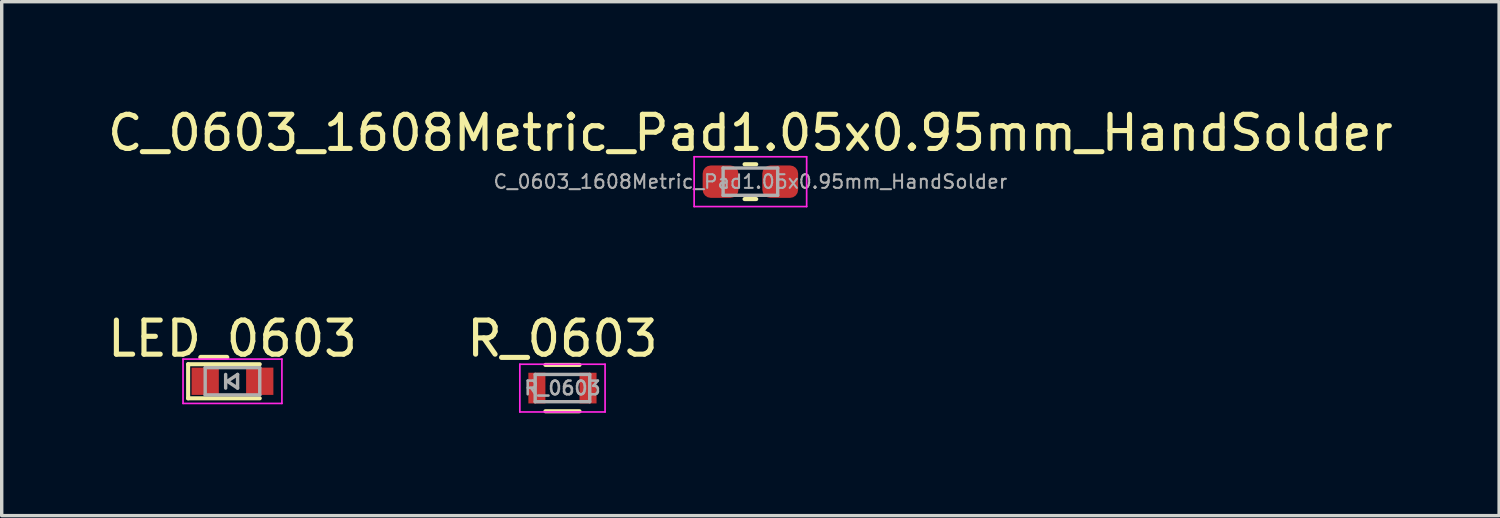
<source format=kicad_pcb>
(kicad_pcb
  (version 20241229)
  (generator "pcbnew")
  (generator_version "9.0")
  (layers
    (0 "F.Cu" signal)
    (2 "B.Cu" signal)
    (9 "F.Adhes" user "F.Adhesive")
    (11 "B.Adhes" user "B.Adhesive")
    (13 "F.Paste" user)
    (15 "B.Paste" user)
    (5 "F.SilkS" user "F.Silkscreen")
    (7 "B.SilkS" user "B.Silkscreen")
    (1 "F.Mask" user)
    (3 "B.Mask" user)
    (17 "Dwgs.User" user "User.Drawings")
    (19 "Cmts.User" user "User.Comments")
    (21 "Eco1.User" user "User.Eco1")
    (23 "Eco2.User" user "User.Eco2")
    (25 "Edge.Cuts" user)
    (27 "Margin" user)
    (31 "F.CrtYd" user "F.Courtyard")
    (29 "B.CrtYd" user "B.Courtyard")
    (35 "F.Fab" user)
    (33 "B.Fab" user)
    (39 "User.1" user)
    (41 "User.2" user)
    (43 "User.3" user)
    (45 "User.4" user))
  (footprint "LED_0603"
    (layer "F.Cu")
    (at 3.768 8.132)
    (property "Reference" "LED_0603" (at 0 -1.25 0) (layer "F.SilkS") (effects (font (size 1 1) (thickness 0.15))))
    (attr smd)
    (fp_line (start -1.3 -0.5) (end -1.3 0.5) (stroke (width 0.12) (type solid)) (layer "F.SilkS"))
    (fp_line (start -1.3 -0.5) (end 0.8 -0.5) (stroke (width 0.12) (type solid)) (layer "F.SilkS"))
    (fp_line (start -1.3 0.5) (end 0.8 0.5) (stroke (width 0.12) (type solid)) (layer "F.SilkS"))
    (fp_line (start -1.45 -0.65) (end 1.45 -0.65) (stroke (width 0.05) (type solid)) (layer "F.CrtYd"))
    (fp_line (start -1.45 0.65) (end -1.45 -0.65) (stroke (width 0.05) (type solid)) (layer "F.CrtYd"))
    (fp_line (start 1.45 -0.65) (end 1.45 0.65) (stroke (width 0.05) (type solid)) (layer "F.CrtYd"))
    (fp_line (start 1.45 0.65) (end -1.45 0.65) (stroke (width 0.05) (type solid)) (layer "F.CrtYd"))
    (fp_line (start -0.8 -0.4) (end 0.8 -0.4) (stroke (width 0.1) (type solid)) (layer "F.Fab"))
    (fp_line (start -0.8 0.4) (end -0.8 -0.4) (stroke (width 0.1) (type solid)) (layer "F.Fab"))
    (fp_line (start -0.2 -0.2) (end -0.2 0.2) (stroke (width 0.1) (type solid)) (layer "F.Fab"))
    (fp_line (start -0.15 0) (end 0.15 -0.2) (stroke (width 0.1) (type solid)) (layer "F.Fab"))
    (fp_line (start 0.15 -0.2) (end 0.15 0.2) (stroke (width 0.1) (type solid)) (layer "F.Fab"))
    (fp_line (start 0.15 0.2) (end -0.15 0) (stroke (width 0.1) (type solid)) (layer "F.Fab"))
    (fp_line (start 0.8 -0.4) (end 0.8 0.4) (stroke (width 0.1) (type solid)) (layer "F.Fab"))
    (fp_line (start 0.8 0.4) (end -0.8 0.4) (stroke (width 0.1) (type solid)) (layer "F.Fab"))
    (pad "1" smd rect (at -0.8 0 180) (size 0.8 0.8) (layers "F.Cu" "F.Mask" "F.Paste"))
    (pad "2" smd rect (at 0.8 0 180) (size 0.8 0.8) (layers "F.Cu" "F.Mask" "F.Paste")))
  (footprint "C_0603_1608Metric_Pad1.05x0.95mm_HandSolder"
    (layer "F.Cu")
    (at 18.958 2.278)
    (property "Reference" "C_0603_1608Metric_Pad1.05x0.95mm_HandSolder" (at 0 -1.43 180) (layer "F.SilkS") (effects (font (size 1 1) (thickness 0.15))))
    (attr smd)
    (fp_line (start -0.171 -0.51) (end 0.171 -0.51) (stroke (width 0.12) (type solid)) (layer "F.SilkS"))
    (fp_line (start -0.171 0.51) (end 0.171 0.51) (stroke (width 0.12) (type solid)) (layer "F.SilkS"))
    (fp_line (start -1.65 -0.73) (end 1.65 -0.73) (stroke (width 0.05) (type solid)) (layer "F.CrtYd"))
    (fp_line (start -1.65 0.73) (end -1.65 -0.73) (stroke (width 0.05) (type solid)) (layer "F.CrtYd"))
    (fp_line (start 1.65 -0.73) (end 1.65 0.73) (stroke (width 0.05) (type solid)) (layer "F.CrtYd"))
    (fp_line (start 1.65 0.73) (end -1.65 0.73) (stroke (width 0.05) (type solid)) (layer "F.CrtYd"))
    (fp_line (start -0.8 -0.4) (end 0.8 -0.4) (stroke (width 0.1) (type solid)) (layer "F.Fab"))
    (fp_line (start -0.8 0.4) (end -0.8 -0.4) (stroke (width 0.1) (type solid)) (layer "F.Fab"))
    (fp_line (start 0.8 -0.4) (end 0.8 0.4) (stroke (width 0.1) (type solid)) (layer "F.Fab"))
    (fp_line (start 0.8 0.4) (end -0.8 0.4) (stroke (width 0.1) (type solid)) (layer "F.Fab"))
    (fp_text user "${REFERENCE}" (at 0 0 180) (layer "F.Fab") (effects (font (size 0.4 0.4) (thickness 0.06))))
    (pad "1" smd roundrect (at -0.875 0) (size 1.05 0.95) (layers "F.Cu" "F.Mask" "F.Paste") (roundrect_rratio 0.25))
    (pad "2" smd roundrect (at 0.875 0) (size 1.05 0.95) (layers "F.Cu" "F.Mask" "F.Paste") (roundrect_rratio 0.25)))
  (footprint "R_0603"
    (layer "F.Cu")
    (at 13.446 8.332)
    (property "Reference" "R_0603" (at 0 -1.45 0) (layer "F.SilkS") (effects (font (size 1 1) (thickness 0.15))))
    (attr smd)
    (fp_line (start -0.5 -0.68) (end 0.5 -0.68) (stroke (width 0.12) (type solid)) (layer "F.SilkS"))
    (fp_line (start 0.5 0.68) (end -0.5 0.68) (stroke (width 0.12) (type solid)) (layer "F.SilkS"))
    (fp_line (start -1.25 -0.7) (end -1.25 0.7) (stroke (width 0.05) (type solid)) (layer "F.CrtYd"))
    (fp_line (start -1.25 -0.7) (end 1.25 -0.7) (stroke (width 0.05) (type solid)) (layer "F.CrtYd"))
    (fp_line (start 1.25 0.7) (end -1.25 0.7) (stroke (width 0.05) (type solid)) (layer "F.CrtYd"))
    (fp_line (start 1.25 0.7) (end 1.25 -0.7) (stroke (width 0.05) (type solid)) (layer "F.CrtYd"))
    (fp_line (start -0.8 -0.4) (end 0.8 -0.4) (stroke (width 0.1) (type solid)) (layer "F.Fab"))
    (fp_line (start -0.8 0.4) (end -0.8 -0.4) (stroke (width 0.1) (type solid)) (layer "F.Fab"))
    (fp_line (start 0.8 -0.4) (end 0.8 0.4) (stroke (width 0.1) (type solid)) (layer "F.Fab"))
    (fp_line (start 0.8 0.4) (end -0.8 0.4) (stroke (width 0.1) (type solid)) (layer "F.Fab"))
    (fp_text user "${REFERENCE}" (at 0 0 0) (layer "F.Fab") (effects (font (size 0.4 0.4) (thickness 0.075))))
    (pad "1" smd rect (at -0.75 0) (size 0.5 0.9) (layers "F.Cu" "F.Mask" "F.Paste"))
    (pad "2" smd rect (at 0.75 0) (size 0.5 0.9) (layers "F.Cu" "F.Mask" "F.Paste")))
  (gr_rect
    (start -3 -3)
    (end 40.917 12.072)
    (stroke (width 0.1) (type default))
    (fill no)
    (layer "Edge.Cuts")))
</source>
